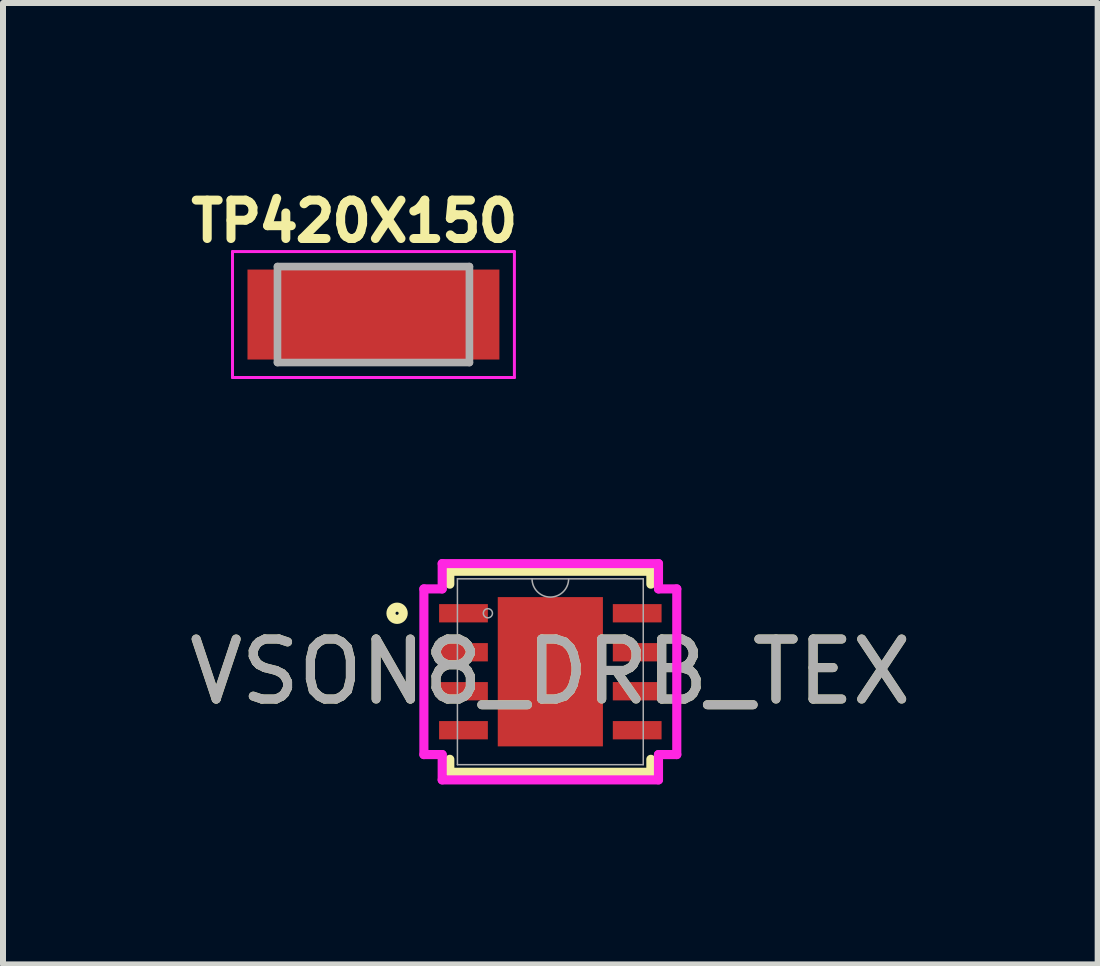
<source format=kicad_pcb>
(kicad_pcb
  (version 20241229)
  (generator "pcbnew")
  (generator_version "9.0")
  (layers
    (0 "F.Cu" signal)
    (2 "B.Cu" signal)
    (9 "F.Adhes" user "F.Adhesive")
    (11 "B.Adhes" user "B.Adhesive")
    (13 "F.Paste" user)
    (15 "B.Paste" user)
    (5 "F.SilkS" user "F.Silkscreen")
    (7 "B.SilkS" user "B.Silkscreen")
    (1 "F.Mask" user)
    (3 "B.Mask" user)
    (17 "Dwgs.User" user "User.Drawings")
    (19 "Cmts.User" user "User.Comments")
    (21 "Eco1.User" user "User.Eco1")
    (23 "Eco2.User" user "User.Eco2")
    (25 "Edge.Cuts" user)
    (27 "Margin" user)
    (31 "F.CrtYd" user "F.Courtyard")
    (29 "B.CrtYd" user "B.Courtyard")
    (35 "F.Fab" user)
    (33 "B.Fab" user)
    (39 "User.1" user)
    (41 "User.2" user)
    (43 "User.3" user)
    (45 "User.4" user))
  (footprint "VSON8_DRB_TEX"
    (layer "F.Cu")
    (at 6.125 8.149)
    (property "Reference" "VSON8_DRB_TEX" (at 0 0 0) (unlocked yes) (layer "F.SilkS") (effects (font (size 1 1) (thickness 0.15))))
    (attr smd)
    (fp_line (start -1.676 -1.676) (end -1.676 -1.46) (stroke (width 0.152) (type solid)) (layer "F.SilkS"))
    (fp_line (start -1.676 1.46) (end -1.676 1.676) (stroke (width 0.152) (type solid)) (layer "F.SilkS"))
    (fp_line (start -1.676 1.676) (end 1.676 1.676) (stroke (width 0.152) (type solid)) (layer "F.SilkS"))
    (fp_line (start 1.676 -1.676) (end -1.676 -1.676) (stroke (width 0.152) (type solid)) (layer "F.SilkS"))
    (fp_line (start 1.676 -1.46) (end 1.676 -1.676) (stroke (width 0.152) (type solid)) (layer "F.SilkS"))
    (fp_line (start 1.676 1.676) (end 1.676 1.46) (stroke (width 0.152) (type solid)) (layer "F.SilkS"))
    (fp_circle (center -2.555 -0.975) (end -2.453 -0.975) (stroke (width 0.152) (type solid)) (fill no) (layer "F.SilkS"))
    (fp_line (start -2.108 -1.381) (end -1.803 -1.381) (stroke (width 0.152) (type solid)) (layer "F.CrtYd"))
    (fp_line (start -2.108 1.381) (end -2.108 -1.381) (stroke (width 0.152) (type solid)) (layer "F.CrtYd"))
    (fp_line (start -2.108 1.381) (end -1.803 1.381) (stroke (width 0.152) (type solid)) (layer "F.CrtYd"))
    (fp_line (start -1.803 -1.803) (end 1.803 -1.803) (stroke (width 0.152) (type solid)) (layer "F.CrtYd"))
    (fp_line (start -1.803 -1.381) (end -1.803 -1.803) (stroke (width 0.152) (type solid)) (layer "F.CrtYd"))
    (fp_line (start -1.803 1.803) (end -1.803 1.381) (stroke (width 0.152) (type solid)) (layer "F.CrtYd"))
    (fp_line (start 1.803 -1.803) (end 1.803 -1.381) (stroke (width 0.152) (type solid)) (layer "F.CrtYd"))
    (fp_line (start 1.803 1.381) (end 1.803 1.803) (stroke (width 0.152) (type solid)) (layer "F.CrtYd"))
    (fp_line (start 1.803 1.803) (end -1.803 1.803) (stroke (width 0.152) (type solid)) (layer "F.CrtYd"))
    (fp_line (start 2.108 -1.381) (end 1.803 -1.381) (stroke (width 0.152) (type solid)) (layer "F.CrtYd"))
    (fp_line (start 2.108 -1.381) (end 2.108 1.381) (stroke (width 0.152) (type solid)) (layer "F.CrtYd"))
    (fp_line (start 2.108 1.381) (end 1.803 1.381) (stroke (width 0.152) (type solid)) (layer "F.CrtYd"))
    (fp_line (start -1.549 -1.549) (end -1.549 1.549) (stroke (width 0.025) (type solid)) (layer "F.Fab"))
    (fp_line (start -1.549 1.549) (end 1.549 1.549) (stroke (width 0.025) (type solid)) (layer "F.Fab"))
    (fp_line (start 1.549 -1.549) (end -1.549 -1.549) (stroke (width 0.025) (type solid)) (layer "F.Fab"))
    (fp_line (start 1.549 1.549) (end 1.549 -1.549) (stroke (width 0.025) (type solid)) (layer "F.Fab"))
    (fp_arc (start 0.3048 -1.5494) (mid 0 -1.2446) (end -0.3048 -1.5494) (stroke (width 0.0254) (type solid)) (layer "F.Fab"))
    (fp_circle (center -1.041 -0.975) (end -0.965 -0.975) (stroke (width 0.025) (type solid)) (fill no) (layer "F.Fab"))
    (fp_text user "${REFERENCE}" (at 0 0 0) (unlocked yes) (layer "F.Fab") (effects (font (size 1 1) (thickness 0.15))))
    (pad "1" smd rect (at -1.448 -0.975) (size 0.813 0.305) (layers "F.Cu" "F.Mask" "F.Paste"))
    (pad "2" smd rect (at -1.448 -0.325) (size 0.813 0.305) (layers "F.Cu" "F.Mask" "F.Paste"))
    (pad "3" smd rect (at -1.448 0.325) (size 0.813 0.305) (layers "F.Cu" "F.Mask" "F.Paste"))
    (pad "4" smd rect (at -1.448 0.975) (size 0.813 0.305) (layers "F.Cu" "F.Mask" "F.Paste"))
    (pad "5" smd rect (at 1.448 0.975) (size 0.813 0.305) (layers "F.Cu" "F.Mask" "F.Paste"))
    (pad "6" smd rect (at 1.448 0.325) (size 0.813 0.305) (layers "F.Cu" "F.Mask" "F.Paste"))
    (pad "7" smd rect (at 1.448 -0.325) (size 0.813 0.305) (layers "F.Cu" "F.Mask" "F.Paste"))
    (pad "8" smd rect (at 1.448 -0.975) (size 0.813 0.305) (layers "F.Cu" "F.Mask" "F.Paste"))
    (pad "9" smd rect (at 0 0) (size 1.753 2.489) (layers "F.Cu" "F.Mask" "F.Paste")))
  (footprint "TP420X150"
    (layer "F.Cu")
    (at 3.176 2.194)
    (property "Reference" "TP420X150" (at -0.318 -1.556 0) (layer "F.SilkS") (effects (font (size 0.64 0.64) (thickness 0.15))))
    (attr smd)
    (fp_line (start -2.35 -1.05) (end -2.35 1.05) (stroke (width 0.05) (type solid)) (layer "F.CrtYd"))
    (fp_line (start -2.35 1.05) (end 2.35 1.05) (stroke (width 0.05) (type solid)) (layer "F.CrtYd"))
    (fp_line (start 2.35 -1.05) (end -2.35 -1.05) (stroke (width 0.05) (type solid)) (layer "F.CrtYd"))
    (fp_line (start 2.35 1.05) (end 2.35 -1.05) (stroke (width 0.05) (type solid)) (layer "F.CrtYd"))
    (fp_line (start -1.6 -0.8) (end 1.6 -0.8) (stroke (width 0.127) (type solid)) (layer "F.Fab"))
    (fp_line (start -1.6 0.8) (end -1.6 -0.8) (stroke (width 0.127) (type solid)) (layer "F.Fab"))
    (fp_line (start 1.6 -0.8) (end 1.6 0.8) (stroke (width 0.127) (type solid)) (layer "F.Fab"))
    (fp_line (start 1.6 0.8) (end -1.6 0.8) (stroke (width 0.127) (type solid)) (layer "F.Fab"))
    (pad "1" smd rect (at 0 0) (size 4.2 1.5) (layers "F.Cu" "F.Mask" "F.Paste")))
  (gr_rect
    (start -3 -3)
    (end 15.25 13.028)
    (stroke (width 0.1) (type default))
    (fill no)
    (layer "Edge.Cuts")))
</source>
